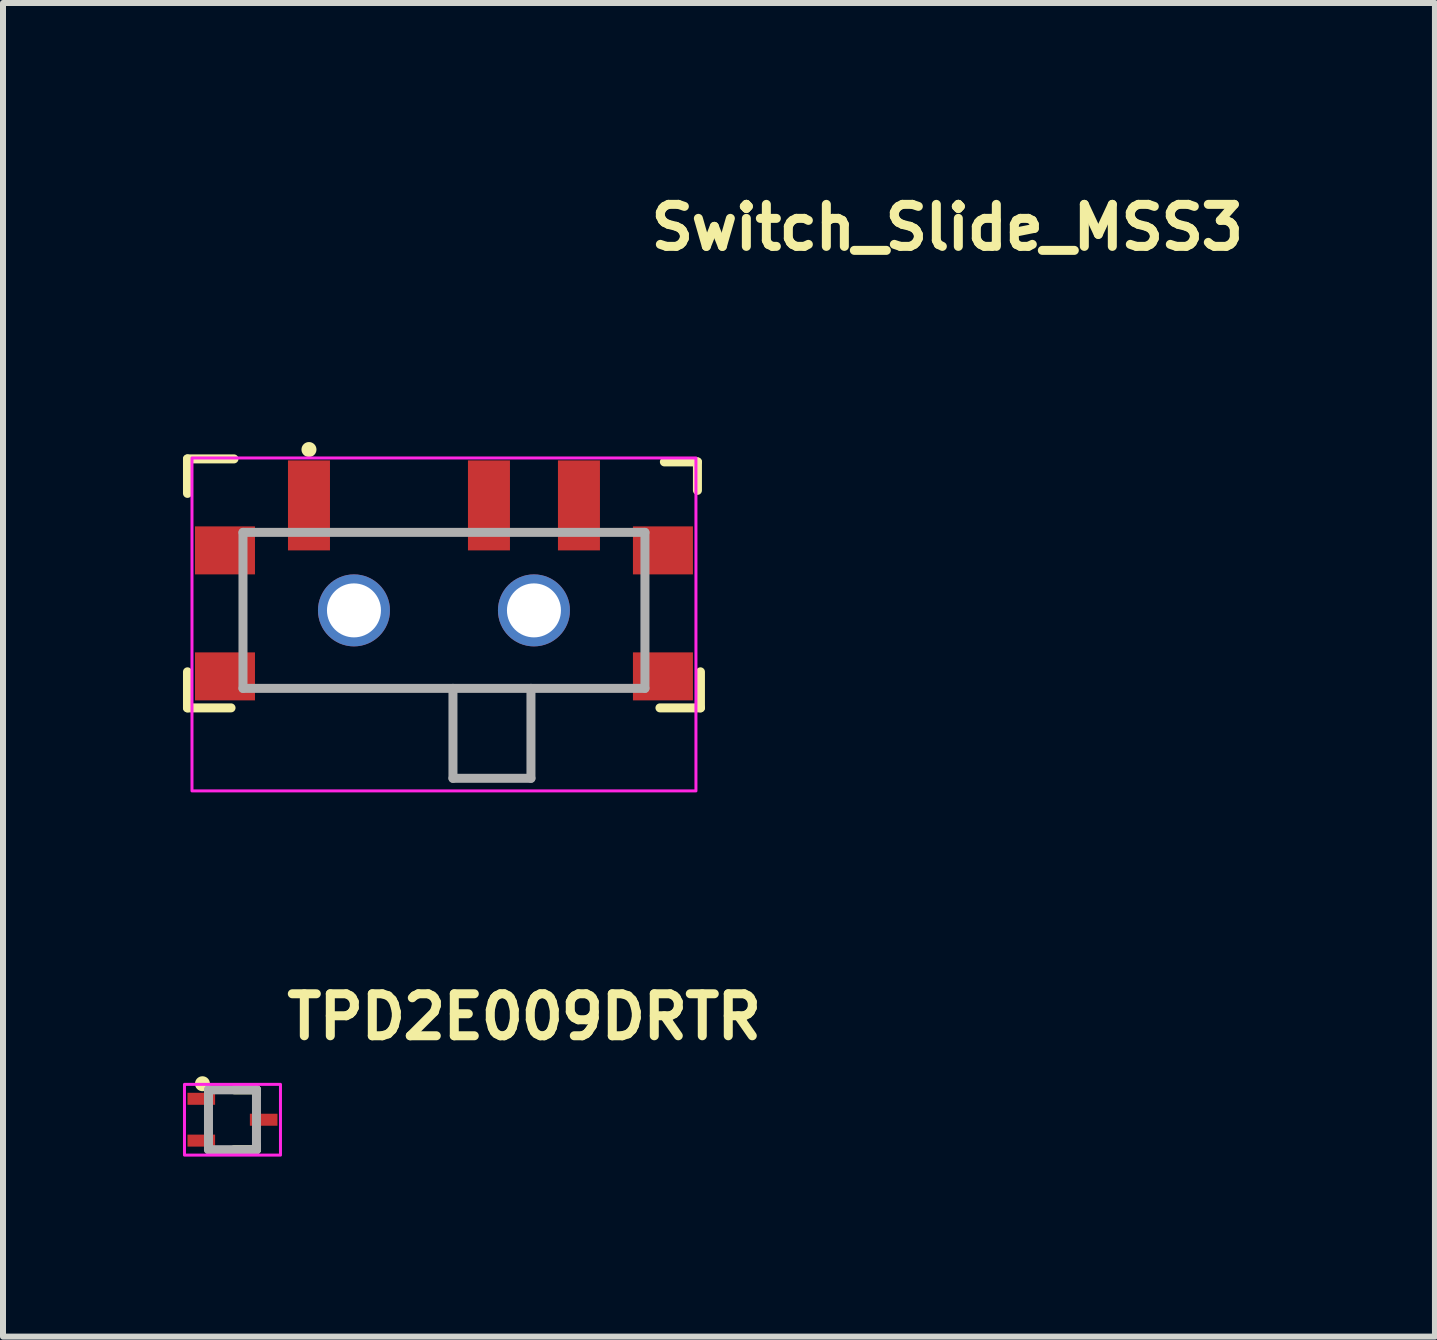
<source format=kicad_pcb>
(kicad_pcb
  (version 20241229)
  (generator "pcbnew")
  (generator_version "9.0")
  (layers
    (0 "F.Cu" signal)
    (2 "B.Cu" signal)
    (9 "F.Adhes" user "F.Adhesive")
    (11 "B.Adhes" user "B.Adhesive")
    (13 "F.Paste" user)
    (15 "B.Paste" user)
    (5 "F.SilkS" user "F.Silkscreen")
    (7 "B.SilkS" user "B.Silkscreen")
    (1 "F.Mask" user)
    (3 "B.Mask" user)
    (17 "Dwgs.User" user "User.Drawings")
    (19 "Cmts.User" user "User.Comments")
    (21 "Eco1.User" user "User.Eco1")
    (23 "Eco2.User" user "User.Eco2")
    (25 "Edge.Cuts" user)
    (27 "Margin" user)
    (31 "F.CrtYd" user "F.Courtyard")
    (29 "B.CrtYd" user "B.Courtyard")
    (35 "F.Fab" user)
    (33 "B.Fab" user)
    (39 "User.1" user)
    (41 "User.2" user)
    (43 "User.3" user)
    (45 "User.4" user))
  (footprint "TPD2E009DRTR"
    (layer "F.Cu")
    (at 0.825 15.614)
    (property "Reference" "TPD2E009DRTR" (at 0.832 -1.306 0) (layer "F.SilkS") (effects (font (size 0.7 0.7) (thickness 0.15)) (justify left bottom)))
    (attr smd)
    (fp_line (start 0.03 -0.499) (end 0.4 -0.499) (stroke (width 0.15) (type solid)) (layer "F.SilkS"))
    (fp_line (start 0.03 0.499) (end 0.4 0.499) (stroke (width 0.15) (type solid)) (layer "F.SilkS"))
    (fp_line (start 0.4 -0.419) (end 0.4 -0.499) (stroke (width 0.15) (type solid)) (layer "F.SilkS"))
    (fp_line (start 0.4 0.42) (end 0.4 0.499) (stroke (width 0.15) (type solid)) (layer "F.SilkS"))
    (fp_circle (center -0.5 -0.6) (end -0.45 -0.6) (stroke (width 0.15) (type solid)) (fill yes) (layer "F.SilkS"))
    (fp_rect (start -0.8 -0.59) (end 0.8 0.59) (stroke (width 0.05) (type solid)) (fill no) (layer "F.CrtYd"))
    (fp_line (start -0.4 -0.499) (end 0.4 -0.499) (stroke (width 0.15) (type solid)) (layer "F.Fab"))
    (fp_line (start -0.4 0.499) (end -0.4 -0.499) (stroke (width 0.15) (type solid)) (layer "F.Fab"))
    (fp_line (start 0.4 -0.499) (end 0.4 0.499) (stroke (width 0.15) (type solid)) (layer "F.Fab"))
    (fp_line (start 0.4 0.499) (end -0.4 0.499) (stroke (width 0.15) (type solid)) (layer "F.Fab"))
    (fp_rect (start -0.5 -0.499) (end 0.5 0.499) (stroke (width 0.1) (type solid)) (fill no) (layer "User.5"))
    (fp_line (start -0.5 -0.424) (end -0.394 -0.424) (stroke (width 0.02) (type solid)) (layer "User.9"))
    (fp_line (start -0.5 -0.275) (end -0.5 -0.424) (stroke (width 0.02) (type solid)) (layer "User.9"))
    (fp_line (start -0.5 0.274) (end -0.394 0.274) (stroke (width 0.02) (type solid)) (layer "User.9"))
    (fp_line (start -0.5 0.425) (end -0.5 0.274) (stroke (width 0.02) (type solid)) (layer "User.9"))
    (fp_line (start -0.4 -0.499) (end -0.4 -0.424) (stroke (width 0.02) (type solid)) (layer "User.9"))
    (fp_line (start -0.4 -0.275) (end -0.4 0.274) (stroke (width 0.02) (type solid)) (layer "User.9"))
    (fp_line (start -0.4 0.425) (end -0.4 0.499) (stroke (width 0.02) (type solid)) (layer "User.9"))
    (fp_line (start -0.4 0.499) (end 0.4 0.499) (stroke (width 0.02) (type solid)) (layer "User.9"))
    (fp_line (start -0.394 -0.275) (end -0.5 -0.275) (stroke (width 0.02) (type solid)) (layer "User.9"))
    (fp_line (start -0.394 -0.275) (end -0.394 -0.424) (stroke (width 0.02) (type solid)) (layer "User.9"))
    (fp_line (start -0.394 0.425) (end -0.5 0.425) (stroke (width 0.02) (type solid)) (layer "User.9"))
    (fp_line (start -0.394 0.425) (end -0.394 0.274) (stroke (width 0.02) (type solid)) (layer "User.9"))
    (fp_line (start -0.352 -0.451) (end -0.4 -0.499) (stroke (width 0.02) (type solid)) (layer "User.9"))
    (fp_line (start -0.352 -0.451) (end -0.352 0.452) (stroke (width 0.02) (type solid)) (layer "User.9"))
    (fp_line (start -0.352 0.452) (end -0.4 0.499) (stroke (width 0.02) (type solid)) (layer "User.9"))
    (fp_line (start -0.352 0.452) (end 0.352 0.452) (stroke (width 0.02) (type solid)) (layer "User.9"))
    (fp_line (start 0.352 -0.451) (end -0.352 -0.451) (stroke (width 0.02) (type solid)) (layer "User.9"))
    (fp_line (start 0.352 -0.451) (end 0.4 -0.499) (stroke (width 0.02) (type solid)) (layer "User.9"))
    (fp_line (start 0.352 0.452) (end 0.352 -0.451) (stroke (width 0.02) (type solid)) (layer "User.9"))
    (fp_line (start 0.352 0.452) (end 0.4 0.499) (stroke (width 0.02) (type solid)) (layer "User.9"))
    (fp_line (start 0.394 -0.075) (end 0.5 -0.075) (stroke (width 0.02) (type solid)) (layer "User.9"))
    (fp_line (start 0.394 0.074) (end 0.394 -0.075) (stroke (width 0.02) (type solid)) (layer "User.9"))
    (fp_line (start 0.4 -0.499) (end -0.4 -0.499) (stroke (width 0.02) (type solid)) (layer "User.9"))
    (fp_line (start 0.4 -0.075) (end 0.4 -0.499) (stroke (width 0.02) (type solid)) (layer "User.9"))
    (fp_line (start 0.4 0.499) (end 0.4 0.074) (stroke (width 0.02) (type solid)) (layer "User.9"))
    (fp_line (start 0.5 -0.075) (end 0.5 0.074) (stroke (width 0.02) (type solid)) (layer "User.9"))
    (fp_line (start 0.5 0.074) (end 0.394 0.074) (stroke (width 0.02) (type solid)) (layer "User.9"))
    (pad "1" smd rect (at -0.52 -0.349) (size 0.46 0.2) (layers "F.Cu" "F.Mask" "F.Paste"))
    (pad "2" smd rect (at -0.52 0.348) (size 0.46 0.2) (layers "F.Cu" "F.Mask" "F.Paste"))
    (pad "3" smd rect (at 0.52 0) (size 0.46 0.2) (layers "F.Cu" "F.Mask" "F.Paste")))
  (footprint "Switch_Slide_MSS3"
    (layer "F.Cu")
    (at 4.35 7.483)
    (property "Reference" "Switch_Slide_MSS3" (at 3.375 -6.333 0) (layer "F.SilkS") (effects (font (size 0.7 0.7) (thickness 0.15)) (justify left bottom)))
    (attr smd)
    (fp_line (start -4.275 -2.884) (end -4.275 -2.309) (stroke (width 0.15) (type solid)) (layer "F.SilkS"))
    (fp_line (start -4.275 0.665) (end -4.275 1.266) (stroke (width 0.15) (type solid)) (layer "F.SilkS"))
    (fp_line (start -4.275 1.266) (end -3.549 1.266) (stroke (width 0.15) (type solid)) (layer "F.SilkS"))
    (fp_line (start -3.5 -2.884) (end -4.275 -2.884) (stroke (width 0.15) (type solid)) (layer "F.SilkS"))
    (fp_line (start 3.674 -2.834) (end 4.225 -2.834) (stroke (width 0.15) (type solid)) (layer "F.SilkS"))
    (fp_line (start 4.225 -2.834) (end 4.225 -2.359) (stroke (width 0.15) (type solid)) (layer "F.SilkS"))
    (fp_line (start 4.275 0.665) (end 4.275 1.266) (stroke (width 0.15) (type solid)) (layer "F.SilkS"))
    (fp_line (start 4.275 1.266) (end 3.6 1.266) (stroke (width 0.15) (type solid)) (layer "F.SilkS"))
    (fp_circle (center -2.25 -3.04) (end -2.2 -3.04) (stroke (width 0.15) (type solid)) (fill yes) (layer "F.SilkS"))
    (fp_rect (start -4.2 -2.9) (end 4.2 2.65) (stroke (width 0.05) (type solid)) (fill no) (layer "F.CrtYd"))
    (fp_line (start -3.35 -1.659) (end -3.35 0.941) (stroke (width 0.15) (type solid)) (layer "F.Fab"))
    (fp_line (start -3.35 -1.659) (end 3.35 -1.659) (stroke (width 0.15) (type solid)) (layer "F.Fab"))
    (fp_line (start -3.35 0.941) (end 3.35 0.941) (stroke (width 0.15) (type solid)) (layer "F.Fab"))
    (fp_line (start 0.15 0.941) (end 0.15 2.44) (stroke (width 0.15) (type solid)) (layer "F.Fab"))
    (fp_line (start 0.15 2.44) (end 1.45 2.44) (stroke (width 0.15) (type solid)) (layer "F.Fab"))
    (fp_line (start 1.45 0.941) (end 1.45 2.44) (stroke (width 0.15) (type solid)) (layer "F.Fab"))
    (fp_line (start 3.35 -1.659) (end 3.35 0.941) (stroke (width 0.15) (type solid)) (layer "F.Fab"))
    (fp_rect (start -3.85 -2.499) (end 3.85 2.501) (stroke (width 0.1) (type solid)) (fill no) (layer "User.5"))
    (fp_line (start -3.85 -1.549) (end -3.45 -1.549) (stroke (width 0.02) (type solid)) (layer "User.9"))
    (fp_line (start -3.85 -1.149) (end -3.85 -1.549) (stroke (width 0.02) (type solid)) (layer "User.9"))
    (fp_line (start -3.85 0.551) (end -3.45 0.551) (stroke (width 0.02) (type solid)) (layer "User.9"))
    (fp_line (start -3.85 0.951) (end -3.85 0.551) (stroke (width 0.02) (type solid)) (layer "User.9"))
    (fp_line (start -3.45 -1.549) (end -3.35 -1.549) (stroke (width 0.02) (type solid)) (layer "User.9"))
    (fp_line (start -3.45 -1.149) (end -3.85 -1.149) (stroke (width 0.02) (type solid)) (layer "User.9"))
    (fp_line (start -3.45 0.551) (end -3.35 0.551) (stroke (width 0.02) (type solid)) (layer "User.9"))
    (fp_line (start -3.45 0.951) (end -3.85 0.951) (stroke (width 0.02) (type solid)) (layer "User.9"))
    (fp_line (start -3.35 -1.599) (end -3.35 -0.798) (stroke (width 0.02) (type solid)) (layer "User.9"))
    (fp_line (start -3.35 -1.149) (end -3.45 -1.149) (stroke (width 0.02) (type solid)) (layer "User.9"))
    (fp_line (start -3.35 -0.798) (end -3.25 -0.798) (stroke (width 0.02) (type solid)) (layer "User.9"))
    (fp_line (start -3.35 0.201) (end -3.35 -0.798) (stroke (width 0.02) (type solid)) (layer "User.9"))
    (fp_line (start -3.35 0.201) (end -3.35 1.001) (stroke (width 0.02) (type solid)) (layer "User.9"))
    (fp_line (start -3.35 0.951) (end -3.45 0.951) (stroke (width 0.02) (type solid)) (layer "User.9"))
    (fp_line (start -3.35 1.001) (end -3.25 1.001) (stroke (width 0.02) (type solid)) (layer "User.9"))
    (fp_line (start -3.25 -1.599) (end -3.35 -1.599) (stroke (width 0.02) (type solid)) (layer "User.9"))
    (fp_line (start -3.25 -1.599) (end -2.95 -1.599) (stroke (width 0.02) (type solid)) (layer "User.9"))
    (fp_line (start -3.25 -0.798) (end -3.25 -1.599) (stroke (width 0.02) (type solid)) (layer "User.9"))
    (fp_line (start -3.25 -0.798) (end -2.85 -0.798) (stroke (width 0.02) (type solid)) (layer "User.9"))
    (fp_line (start -3.25 0.201) (end -3.35 0.201) (stroke (width 0.02) (type solid)) (layer "User.9"))
    (fp_line (start -3.25 1.001) (end -3.25 0.201) (stroke (width 0.02) (type solid)) (layer "User.9"))
    (fp_line (start -2.95 -1.599) (end -2.95 -0.798) (stroke (width 0.02) (type solid)) (layer "User.9"))
    (fp_line (start -2.95 0.201) (end -2.95 1.001) (stroke (width 0.02) (type solid)) (layer "User.9"))
    (fp_line (start -2.95 1.001) (end -3.25 1.001) (stroke (width 0.02) (type solid)) (layer "User.9"))
    (fp_line (start -2.95 1.001) (end 2.95 1.001) (stroke (width 0.02) (type solid)) (layer "User.9"))
    (fp_line (start -2.85 -1.399) (end 2.85 -1.399) (stroke (width 0.02) (type solid)) (layer "User.9"))
    (fp_line (start -2.85 -0.798) (end -2.85 -1.399) (stroke (width 0.02) (type solid)) (layer "User.9"))
    (fp_line (start -2.85 0.201) (end -3.25 0.201) (stroke (width 0.02) (type solid)) (layer "User.9"))
    (fp_line (start -2.85 0.8) (end -2.85 0.201) (stroke (width 0.02) (type solid)) (layer "User.9"))
    (fp_line (start -2.45 -2.499) (end -2.05 -2.499) (stroke (width 0.02) (type solid)) (layer "User.9"))
    (fp_line (start -2.45 -1.599) (end -2.45 -2.499) (stroke (width 0.02) (type solid)) (layer "User.9"))
    (fp_line (start -2.05 -2.499) (end -2.05 -1.599) (stroke (width 0.02) (type solid)) (layer "User.9"))
    (fp_line (start 0.1 2.4) (end 0.1 1.001) (stroke (width 0.02) (type solid)) (layer "User.9"))
    (fp_line (start 0.1 2.4) (end 0.1 2.406) (stroke (width 0.02) (type solid)) (layer "User.9"))
    (fp_line (start 0.1 2.406) (end 0.1 2.411) (stroke (width 0.02) (type solid)) (layer "User.9"))
    (fp_line (start 0.1 2.411) (end 0.101 2.416) (stroke (width 0.02) (type solid)) (layer "User.9"))
    (fp_line (start 0.101 2.416) (end 0.102 2.421) (stroke (width 0.02) (type solid)) (layer "User.9"))
    (fp_line (start 0.102 2.421) (end 0.103 2.425) (stroke (width 0.02) (type solid)) (layer "User.9"))
    (fp_line (start 0.103 2.425) (end 0.104 2.43) (stroke (width 0.02) (type solid)) (layer "User.9"))
    (fp_line (start 0.104 2.43) (end 0.106 2.435) (stroke (width 0.02) (type solid)) (layer "User.9"))
    (fp_line (start 0.106 2.435) (end 0.107 2.439) (stroke (width 0.02) (type solid)) (layer "User.9"))
    (fp_line (start 0.107 2.439) (end 0.109 2.444) (stroke (width 0.02) (type solid)) (layer "User.9"))
    (fp_line (start 0.109 2.444) (end 0.112 2.448) (stroke (width 0.02) (type solid)) (layer "User.9"))
    (fp_line (start 0.112 2.448) (end 0.114 2.452) (stroke (width 0.02) (type solid)) (layer "User.9"))
    (fp_line (start 0.114 2.452) (end 0.117 2.456) (stroke (width 0.02) (type solid)) (layer "User.9"))
    (fp_line (start 0.117 2.456) (end 0.119 2.46) (stroke (width 0.02) (type solid)) (layer "User.9"))
    (fp_line (start 0.119 2.46) (end 0.122 2.464) (stroke (width 0.02) (type solid)) (layer "User.9"))
    (fp_line (start 0.122 2.464) (end 0.125 2.468) (stroke (width 0.02) (type solid)) (layer "User.9"))
    (fp_line (start 0.125 2.468) (end 0.129 2.471) (stroke (width 0.02) (type solid)) (layer "User.9"))
    (fp_line (start 0.129 2.471) (end 0.132 2.475) (stroke (width 0.02) (type solid)) (layer "User.9"))
    (fp_line (start 0.132 2.475) (end 0.136 2.478) (stroke (width 0.02) (type solid)) (layer "User.9"))
    (fp_line (start 0.136 2.478) (end 0.14 2.481) (stroke (width 0.02) (type solid)) (layer "User.9"))
    (fp_line (start 0.14 2.481) (end 0.144 2.483) (stroke (width 0.02) (type solid)) (layer "User.9"))
    (fp_line (start 0.144 2.483) (end 0.148 2.486) (stroke (width 0.02) (type solid)) (layer "User.9"))
    (fp_line (start 0.148 2.486) (end 0.152 2.488) (stroke (width 0.02) (type solid)) (layer "User.9"))
    (fp_line (start 0.152 2.488) (end 0.156 2.491) (stroke (width 0.02) (type solid)) (layer "User.9"))
    (fp_line (start 0.156 2.491) (end 0.161 2.493) (stroke (width 0.02) (type solid)) (layer "User.9"))
    (fp_line (start 0.161 2.493) (end 0.165 2.494) (stroke (width 0.02) (type solid)) (layer "User.9"))
    (fp_line (start 0.165 2.494) (end 0.17 2.496) (stroke (width 0.02) (type solid)) (layer "User.9"))
    (fp_line (start 0.17 2.496) (end 0.175 2.497) (stroke (width 0.02) (type solid)) (layer "User.9"))
    (fp_line (start 0.175 2.497) (end 0.179 2.498) (stroke (width 0.02) (type solid)) (layer "User.9"))
    (fp_line (start 0.179 2.498) (end 0.184 2.499) (stroke (width 0.02) (type solid)) (layer "User.9"))
    (fp_line (start 0.184 2.499) (end 0.189 2.5) (stroke (width 0.02) (type solid)) (layer "User.9"))
    (fp_line (start 0.189 2.5) (end 0.194 2.5) (stroke (width 0.02) (type solid)) (layer "User.9"))
    (fp_line (start 0.194 2.5) (end 0.2 2.501) (stroke (width 0.02) (type solid)) (layer "User.9"))
    (fp_line (start 0.55 -2.499) (end 0.949 -2.499) (stroke (width 0.02) (type solid)) (layer "User.9"))
    (fp_line (start 0.55 -1.599) (end 0.55 -2.499) (stroke (width 0.02) (type solid)) (layer "User.9"))
    (fp_line (start 0.949 -2.499) (end 0.949 -1.599) (stroke (width 0.02) (type solid)) (layer "User.9"))
    (fp_line (start 1.3 2.501) (end 0.2 2.501) (stroke (width 0.02) (type solid)) (layer "User.9"))
    (fp_line (start 1.3 2.501) (end 1.305 2.5) (stroke (width 0.02) (type solid)) (layer "User.9"))
    (fp_line (start 1.305 2.5) (end 1.31 2.5) (stroke (width 0.02) (type solid)) (layer "User.9"))
    (fp_line (start 1.31 2.5) (end 1.315 2.499) (stroke (width 0.02) (type solid)) (layer "User.9"))
    (fp_line (start 1.315 2.499) (end 1.32 2.498) (stroke (width 0.02) (type solid)) (layer "User.9"))
    (fp_line (start 1.32 2.498) (end 1.324 2.497) (stroke (width 0.02) (type solid)) (layer "User.9"))
    (fp_line (start 1.324 2.497) (end 1.329 2.496) (stroke (width 0.02) (type solid)) (layer "User.9"))
    (fp_line (start 1.329 2.496) (end 1.334 2.494) (stroke (width 0.02) (type solid)) (layer "User.9"))
    (fp_line (start 1.334 2.494) (end 1.338 2.493) (stroke (width 0.02) (type solid)) (layer "User.9"))
    (fp_line (start 1.338 2.493) (end 1.343 2.491) (stroke (width 0.02) (type solid)) (layer "User.9"))
    (fp_line (start 1.343 2.491) (end 1.347 2.488) (stroke (width 0.02) (type solid)) (layer "User.9"))
    (fp_line (start 1.347 2.488) (end 1.351 2.486) (stroke (width 0.02) (type solid)) (layer "User.9"))
    (fp_line (start 1.351 2.486) (end 1.355 2.483) (stroke (width 0.02) (type solid)) (layer "User.9"))
    (fp_line (start 1.355 2.483) (end 1.359 2.481) (stroke (width 0.02) (type solid)) (layer "User.9"))
    (fp_line (start 1.359 2.481) (end 1.363 2.478) (stroke (width 0.02) (type solid)) (layer "User.9"))
    (fp_line (start 1.363 2.478) (end 1.367 2.475) (stroke (width 0.02) (type solid)) (layer "User.9"))
    (fp_line (start 1.367 2.475) (end 1.37 2.471) (stroke (width 0.02) (type solid)) (layer "User.9"))
    (fp_line (start 1.37 2.471) (end 1.374 2.468) (stroke (width 0.02) (type solid)) (layer "User.9"))
    (fp_line (start 1.374 2.468) (end 1.377 2.464) (stroke (width 0.02) (type solid)) (layer "User.9"))
    (fp_line (start 1.377 2.464) (end 1.38 2.46) (stroke (width 0.02) (type solid)) (layer "User.9"))
    (fp_line (start 1.38 2.46) (end 1.382 2.456) (stroke (width 0.02) (type solid)) (layer "User.9"))
    (fp_line (start 1.382 2.456) (end 1.385 2.452) (stroke (width 0.02) (type solid)) (layer "User.9"))
    (fp_line (start 1.385 2.452) (end 1.387 2.448) (stroke (width 0.02) (type solid)) (layer "User.9"))
    (fp_line (start 1.387 2.448) (end 1.39 2.444) (stroke (width 0.02) (type solid)) (layer "User.9"))
    (fp_line (start 1.39 2.444) (end 1.392 2.439) (stroke (width 0.02) (type solid)) (layer "User.9"))
    (fp_line (start 1.392 2.439) (end 1.393 2.435) (stroke (width 0.02) (type solid)) (layer "User.9"))
    (fp_line (start 1.393 2.435) (end 1.395 2.43) (stroke (width 0.02) (type solid)) (layer "User.9"))
    (fp_line (start 1.395 2.43) (end 1.396 2.425) (stroke (width 0.02) (type solid)) (layer "User.9"))
    (fp_line (start 1.396 2.425) (end 1.397 2.421) (stroke (width 0.02) (type solid)) (layer "User.9"))
    (fp_line (start 1.397 2.421) (end 1.398 2.416) (stroke (width 0.02) (type solid)) (layer "User.9"))
    (fp_line (start 1.398 2.416) (end 1.399 2.411) (stroke (width 0.02) (type solid)) (layer "User.9"))
    (fp_line (start 1.399 2.4) (end 1.399 1.001) (stroke (width 0.02) (type solid)) (layer "User.9"))
    (fp_line (start 1.399 2.406) (end 1.399 2.4) (stroke (width 0.02) (type solid)) (layer "User.9"))
    (fp_line (start 1.399 2.411) (end 1.399 2.406) (stroke (width 0.02) (type solid)) (layer "User.9"))
    (fp_line (start 2.05 -2.499) (end 2.45 -2.499) (stroke (width 0.02) (type solid)) (layer "User.9"))
    (fp_line (start 2.05 -1.599) (end 2.05 -2.499) (stroke (width 0.02) (type solid)) (layer "User.9"))
    (fp_line (start 2.45 -2.499) (end 2.45 -1.599) (stroke (width 0.02) (type solid)) (layer "User.9"))
    (fp_line (start 2.85 -1.399) (end 2.85 -0.798) (stroke (width 0.02) (type solid)) (layer "User.9"))
    (fp_line (start 2.85 -0.798) (end 3.25 -0.798) (stroke (width 0.02) (type solid)) (layer "User.9"))
    (fp_line (start 2.85 0.201) (end 2.85 0.8) (stroke (width 0.02) (type solid)) (layer "User.9"))
    (fp_line (start 2.85 0.8) (end -2.85 0.8) (stroke (width 0.02) (type solid)) (layer "User.9"))
    (fp_line (start 2.95 -1.599) (end -2.95 -1.599) (stroke (width 0.02) (type solid)) (layer "User.9"))
    (fp_line (start 2.95 -1.599) (end 3.25 -1.599) (stroke (width 0.02) (type solid)) (layer "User.9"))
    (fp_line (start 2.95 -0.798) (end 2.95 -1.599) (stroke (width 0.02) (type solid)) (layer "User.9"))
    (fp_line (start 2.95 1.001) (end 2.95 0.201) (stroke (width 0.02) (type solid)) (layer "User.9"))
    (fp_line (start 3.25 -1.599) (end 3.25 -0.798) (stroke (width 0.02) (type solid)) (layer "User.9"))
    (fp_line (start 3.25 -0.798) (end 3.35 -0.798) (stroke (width 0.02) (type solid)) (layer "User.9"))
    (fp_line (start 3.25 0.201) (end 2.85 0.201) (stroke (width 0.02) (type solid)) (layer "User.9"))
    (fp_line (start 3.25 0.201) (end 3.25 1.001) (stroke (width 0.02) (type solid)) (layer "User.9"))
    (fp_line (start 3.25 1.001) (end 2.95 1.001) (stroke (width 0.02) (type solid)) (layer "User.9"))
    (fp_line (start 3.25 1.001) (end 3.35 1.001) (stroke (width 0.02) (type solid)) (layer "User.9"))
    (fp_line (start 3.35 -1.599) (end 3.25 -1.599) (stroke (width 0.02) (type solid)) (layer "User.9"))
    (fp_line (start 3.35 -1.549) (end 3.45 -1.549) (stroke (width 0.02) (type solid)) (layer "User.9"))
    (fp_line (start 3.35 -0.798) (end 3.35 -1.599) (stroke (width 0.02) (type solid)) (layer "User.9"))
    (fp_line (start 3.35 -0.798) (end 3.35 0.201) (stroke (width 0.02) (type solid)) (layer "User.9"))
    (fp_line (start 3.35 0.201) (end 3.25 0.201) (stroke (width 0.02) (type solid)) (layer "User.9"))
    (fp_line (start 3.35 0.551) (end 3.45 0.551) (stroke (width 0.02) (type solid)) (layer "User.9"))
    (fp_line (start 3.35 1.001) (end 3.35 0.201) (stroke (width 0.02) (type solid)) (layer "User.9"))
    (fp_line (start 3.45 -1.549) (end 3.85 -1.549) (stroke (width 0.02) (type solid)) (layer "User.9"))
    (fp_line (start 3.45 -1.149) (end 3.35 -1.149) (stroke (width 0.02) (type solid)) (layer "User.9"))
    (fp_line (start 3.45 0.551) (end 3.85 0.551) (stroke (width 0.02) (type solid)) (layer "User.9"))
    (fp_line (start 3.45 0.951) (end 3.35 0.951) (stroke (width 0.02) (type solid)) (layer "User.9"))
    (fp_line (start 3.85 -1.549) (end 3.85 -1.149) (stroke (width 0.02) (type solid)) (layer "User.9"))
    (fp_line (start 3.85 -1.149) (end 3.45 -1.149) (stroke (width 0.02) (type solid)) (layer "User.9"))
    (fp_line (start 3.85 0.551) (end 3.85 0.951) (stroke (width 0.02) (type solid)) (layer "User.9"))
    (fp_line (start 3.85 0.951) (end 3.45 0.951) (stroke (width 0.02) (type solid)) (layer "User.9"))
    (pad "" thru_hole circle (at -1.5 -0.359) (size 1.2 1.2) (drill 0.9) (layers "*.Cu" "*.Mask"))
    (pad "" thru_hole circle (at 1.5 -0.359) (size 1.2 1.2) (drill 0.9) (layers "*.Cu" "*.Mask"))
    (pad "1" smd rect (at -2.25 -2.109) (size 0.7 1.5) (layers "F.Cu" "F.Mask" "F.Paste"))
    (pad "2" smd rect (at 0.75 -2.109) (size 0.7 1.5) (layers "F.Cu" "F.Mask" "F.Paste"))
    (pad "3" smd rect (at 2.25 -2.109) (size 0.7 1.5) (layers "F.Cu" "F.Mask" "F.Paste"))
    (pad "S1" smd rect (at -3.65 -1.359) (size 1 0.8) (layers "F.Cu" "F.Mask" "F.Paste"))
    (pad "S2" smd rect (at -3.65 0.741) (size 1 0.8) (layers "F.Cu" "F.Mask" "F.Paste"))
    (pad "S3" smd rect (at 3.65 0.741) (size 1 0.8) (layers "F.Cu" "F.Mask" "F.Paste"))
    (pad "S4" smd rect (at 3.65 -1.359) (size 1 0.8) (layers "F.Cu" "F.Mask" "F.Paste")))
  (gr_rect
    (start -3 -3)
    (end 20.868 19.229)
    (stroke (width 0.1) (type default))
    (fill no)
    (layer "Edge.Cuts")))
</source>
